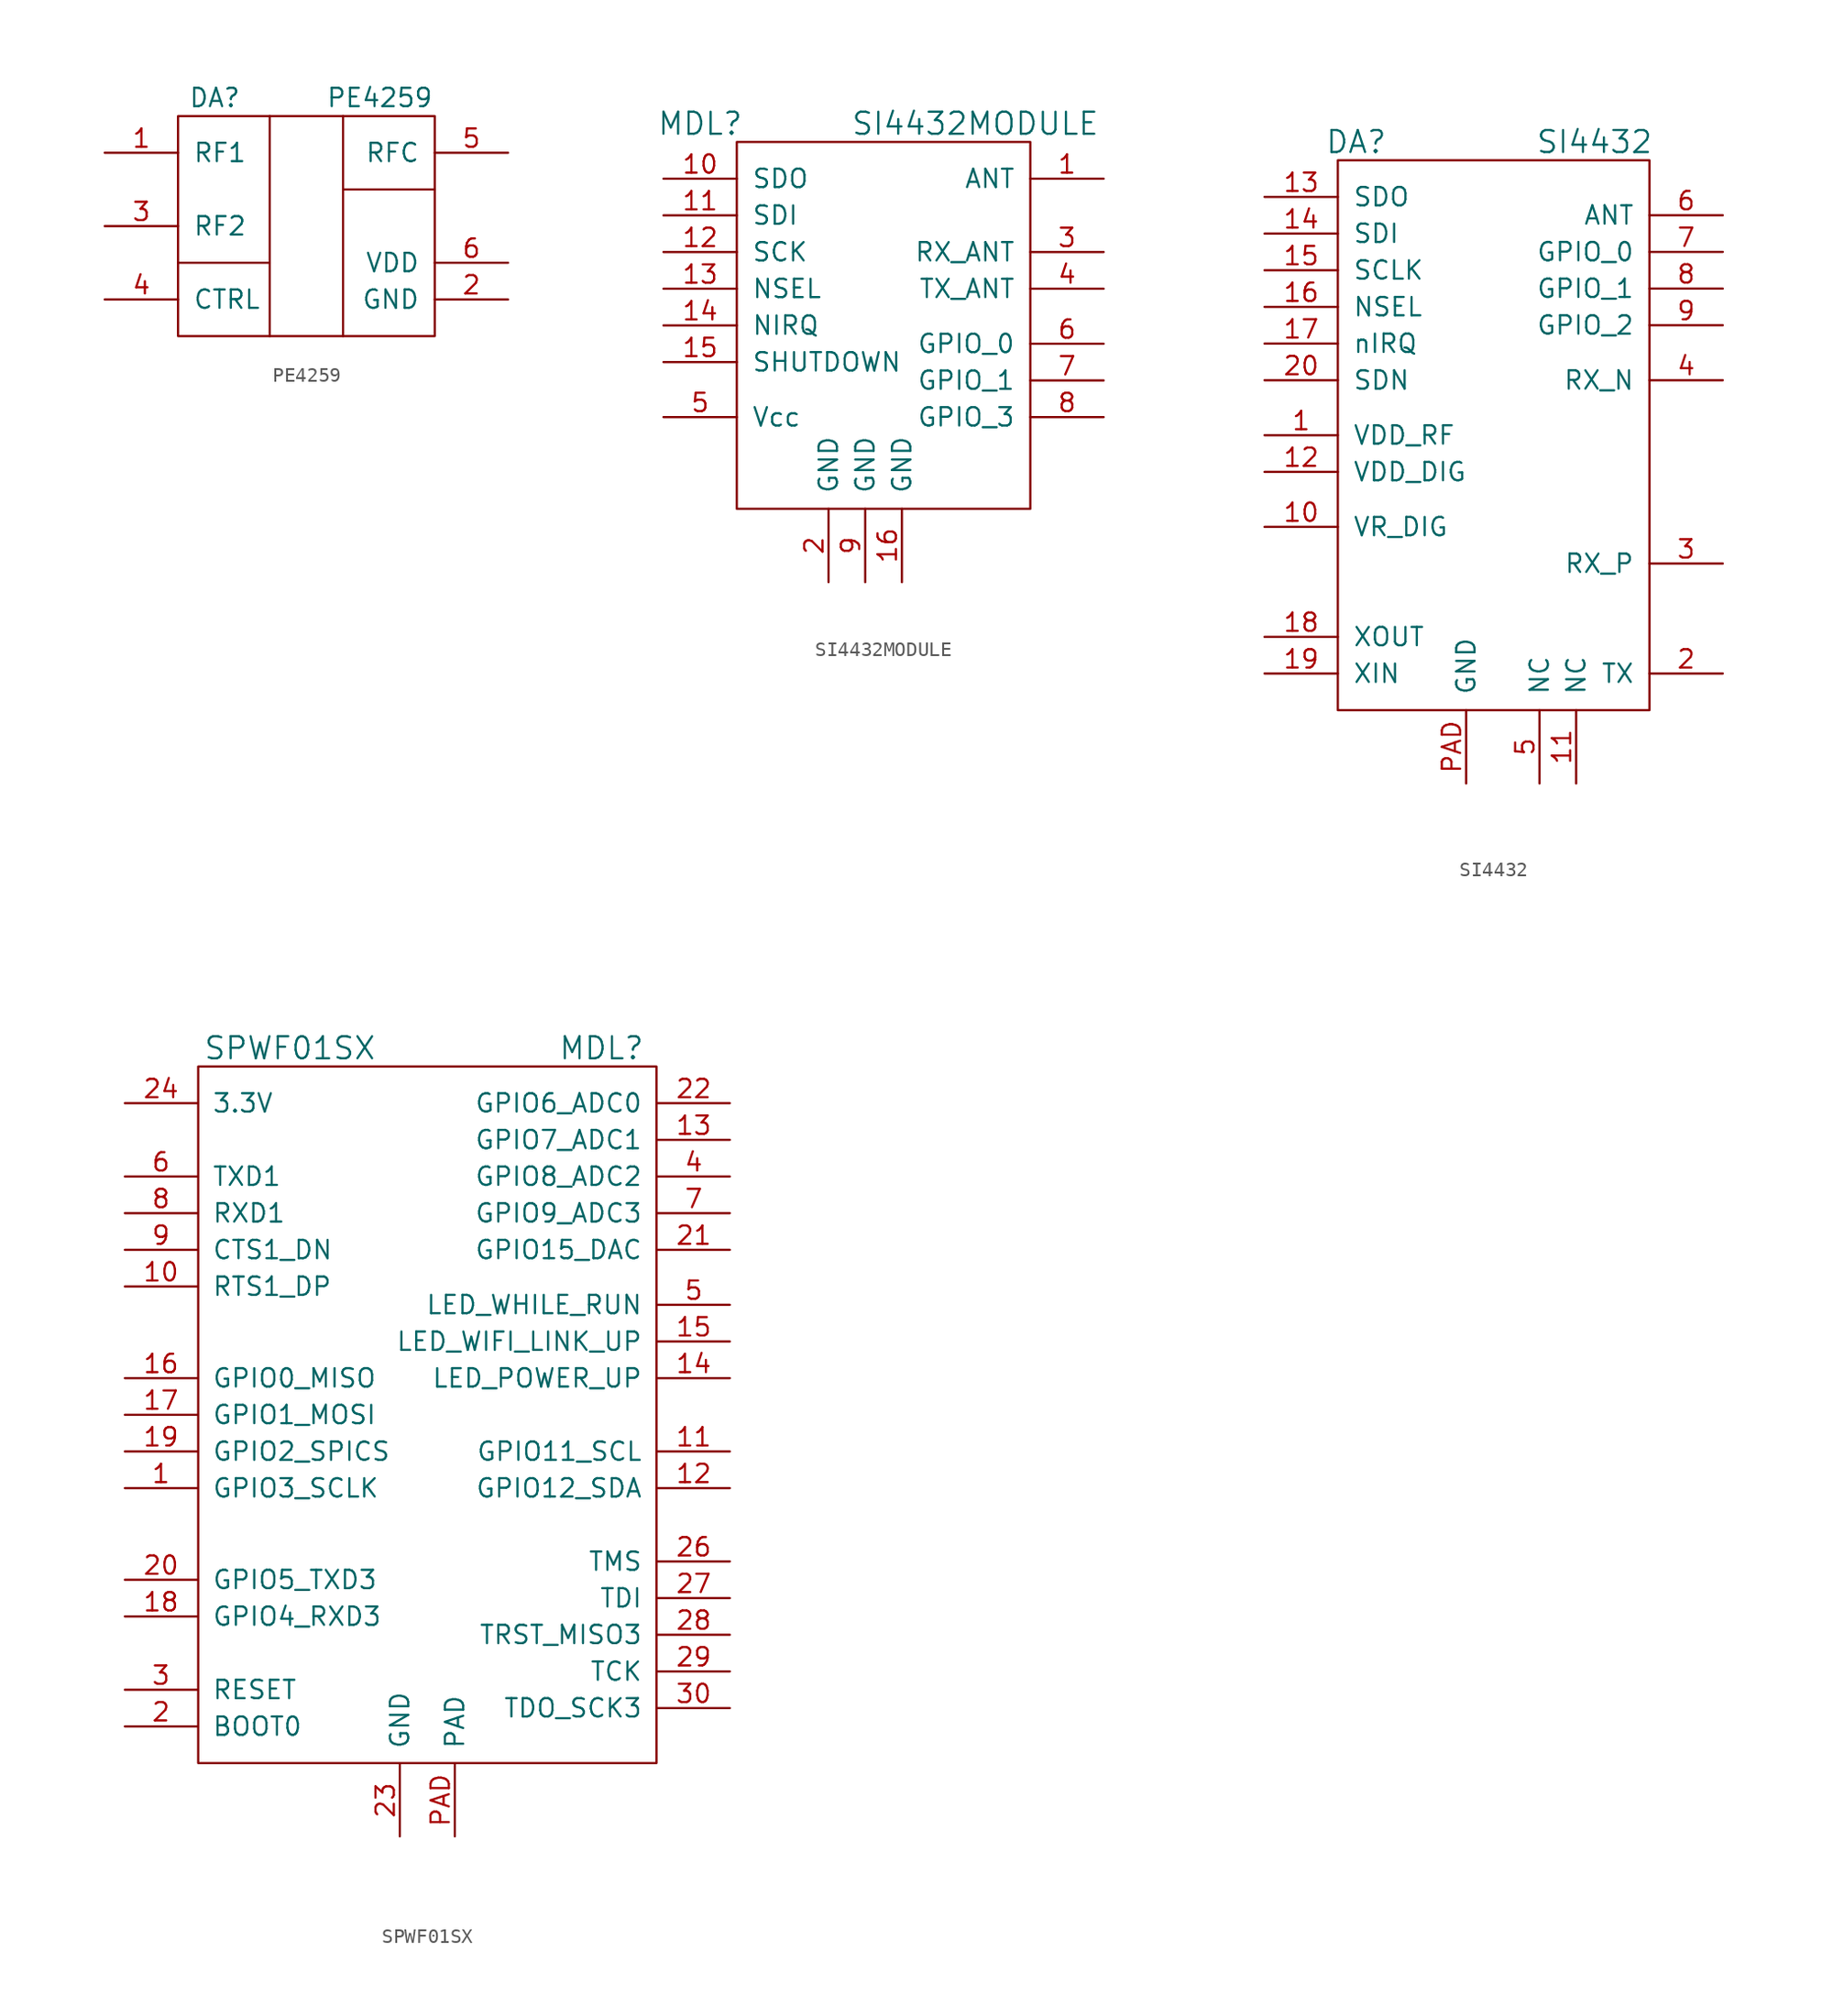
<source format=kicad_sym>
(kicad_symbol_lib
  (version 20211014)
  (generator kicad_symbol_editor)
  (symbol "PE4259"
    (pin_names
      (offset 1.016))
    (property "Reference" "DA"
      (at -6.35 11.43 0)
      (effects (font (size 1.27 1.27))))
    (property "Value" "PE4259"
      (at 5.08 11.43 0)
      (effects (font (size 1.27 1.27))))
    (symbol "PE4259_0_1"
      (rectangle (start -8.89 10.16) (end 8.89 -5.08) (stroke (width 0) (type default) (color 0 0 0 0)) (fill (type none)))
      (polyline (pts (xy -8.89 0) (xy -2.54 0)) (stroke (width 0) (type default) (color 0 0 0 0)) (fill (type none)))
      (polyline (pts (xy -2.54 -5.08) (xy -2.54 10.16)) (stroke (width 0) (type default) (color 0 0 0 0)) (fill (type none)))
      (polyline (pts (xy 2.54 -5.08) (xy 2.54 10.16)) (stroke (width 0) (type default) (color 0 0 0 0)) (fill (type none)))
      (polyline (pts (xy 2.54 5.08) (xy 8.89 5.08)) (stroke (width 0) (type default) (color 0 0 0 0)) (fill (type none)))
      (pin passive line (at -13.97 7.62 0) (length 5.08) (name "RF1" (effects (font (size 1.27 1.27)))) (number "1" (effects (font (size 1.27 1.27)))))
      (pin power_in line (at 13.97 -2.54 180) (length 5.08) (name "GND" (effects (font (size 1.27 1.27)))) (number "2" (effects (font (size 1.27 1.27)))))
      (pin passive line (at -13.97 2.54 0) (length 5.08) (name "RF2" (effects (font (size 1.27 1.27)))) (number "3" (effects (font (size 1.27 1.27)))))
      (pin passive line (at -13.97 -2.54 0) (length 5.08) (name "CTRL" (effects (font (size 1.27 1.27)))) (number "4" (effects (font (size 1.27 1.27)))))
      (pin passive line (at 13.97 7.62 180) (length 5.08) (name "RFC" (effects (font (size 1.27 1.27)))) (number "5" (effects (font (size 1.27 1.27)))))
      (pin power_in line (at 13.97 0 180) (length 5.08) (name "VDD" (effects (font (size 1.27 1.27)))) (number "6" (effects (font (size 1.27 1.27)))))))
  (symbol "SI4432MODULE"
    (pin_names
      (offset 1.016))
    (property "Reference" "MDL"
      (at -13.97 12.7 0)
      (effects (font (size 1.524 1.524))))
    (property "Value" "SI4432MODULE"
      (at 5.08 12.7 0)
      (effects (font (size 1.524 1.524))))
    (property "Footprint" ""
      (at 0 0 0)
      (effects (font (size 1.524 1.524))))
    (property "Datasheet" ""
      (at 0 0 0)
      (effects (font (size 1.524 1.524))))
    (symbol "SI4432MODULE_0_1"
      (rectangle (start -11.43 11.43) (end 8.89 -13.97) (stroke (width 0) (type default) (color 0 0 0 0)) (fill (type none))))
    (symbol "SI4432MODULE_1_1"
      (pin passive line (at 13.97 8.89 180) (length 5.08) (name "ANT" (effects (font (size 1.27 1.27)))) (number "1" (effects (font (size 1.27 1.27)))))
      (pin passive line (at -16.51 8.89 0) (length 5.08) (name "SDO" (effects (font (size 1.27 1.27)))) (number "10" (effects (font (size 1.27 1.27)))))
      (pin passive line (at -16.51 6.35 0) (length 5.08) (name "SDI" (effects (font (size 1.27 1.27)))) (number "11" (effects (font (size 1.27 1.27)))))
      (pin passive line (at -16.51 3.81 0) (length 5.08) (name "SCK" (effects (font (size 1.27 1.27)))) (number "12" (effects (font (size 1.27 1.27)))))
      (pin passive line (at -16.51 1.27 0) (length 5.08) (name "NSEL" (effects (font (size 1.27 1.27)))) (number "13" (effects (font (size 1.27 1.27)))))
      (pin passive line (at -16.51 -1.27 0) (length 5.08) (name "NIRQ" (effects (font (size 1.27 1.27)))) (number "14" (effects (font (size 1.27 1.27)))))
      (pin passive line (at -16.51 -3.81 0) (length 5.08) (name "SHUTDOWN" (effects (font (size 1.27 1.27)))) (number "15" (effects (font (size 1.27 1.27)))))
      (pin power_in line (at 0 -19.05 90) (length 5.08) (name "GND" (effects (font (size 1.27 1.27)))) (number "16" (effects (font (size 1.27 1.27)))))
      (pin power_in line (at -5.08 -19.05 90) (length 5.08) (name "GND" (effects (font (size 1.27 1.27)))) (number "2" (effects (font (size 1.27 1.27)))))
      (pin passive line (at 13.97 3.81 180) (length 5.08) (name "RX_ANT" (effects (font (size 1.27 1.27)))) (number "3" (effects (font (size 1.27 1.27)))))
      (pin passive line (at 13.97 1.27 180) (length 5.08) (name "TX_ANT" (effects (font (size 1.27 1.27)))) (number "4" (effects (font (size 1.27 1.27)))))
      (pin power_in line (at -16.51 -7.62 0) (length 5.08) (name "Vcc" (effects (font (size 1.27 1.27)))) (number "5" (effects (font (size 1.27 1.27)))))
      (pin passive line (at 13.97 -2.54 180) (length 5.08) (name "GPIO_0" (effects (font (size 1.27 1.27)))) (number "6" (effects (font (size 1.27 1.27)))))
      (pin passive line (at 13.97 -5.08 180) (length 5.08) (name "GPIO_1" (effects (font (size 1.27 1.27)))) (number "7" (effects (font (size 1.27 1.27)))))
      (pin passive line (at 13.97 -7.62 180) (length 5.08) (name "GPIO_3" (effects (font (size 1.27 1.27)))) (number "8" (effects (font (size 1.27 1.27)))))
      (pin power_in line (at -2.54 -19.05 90) (length 5.08) (name "GND" (effects (font (size 1.27 1.27)))) (number "9" (effects (font (size 1.27 1.27)))))))
  (symbol "SI4432"
    (pin_names
      (offset 1.016))
    (property "Reference" "DA"
      (at -10.16 19.05 0)
      (effects (font (size 1.524 1.524))))
    (property "Value" "SI4432"
      (at 6.35 19.05 0)
      (effects (font (size 1.524 1.524))))
    (property "Footprint" ""
      (at 0 0 0)
      (effects (font (size 1.524 1.524))))
    (property "Datasheet" ""
      (at 0 0 0)
      (effects (font (size 1.524 1.524))))
    (symbol "SI4432_0_1"
      (rectangle (start 10.16 -20.32) (end -11.43 17.78) (stroke (width 0) (type default) (color 0 0 0 0)) (fill (type none))))
    (symbol "SI4432_1_1"
      (pin power_in line (at -16.51 -1.27 0) (length 5.08) (name "VDD_RF" (effects (font (size 1.27 1.27)))) (number "1" (effects (font (size 1.27 1.27)))))
      (pin passive line (at -16.51 -7.62 0) (length 5.08) (name "VR_DIG" (effects (font (size 1.27 1.27)))) (number "10" (effects (font (size 1.27 1.27)))))
      (pin passive line (at 5.08 -25.4 90) (length 5.08) (name "NC" (effects (font (size 1.27 1.27)))) (number "11" (effects (font (size 1.27 1.27)))))
      (pin power_in line (at -16.51 -3.81 0) (length 5.08) (name "VDD_DIG" (effects (font (size 1.27 1.27)))) (number "12" (effects (font (size 1.27 1.27)))))
      (pin passive line (at -16.51 15.24 0) (length 5.08) (name "SDO" (effects (font (size 1.27 1.27)))) (number "13" (effects (font (size 1.27 1.27)))))
      (pin passive line (at -16.51 12.7 0) (length 5.08) (name "SDI" (effects (font (size 1.27 1.27)))) (number "14" (effects (font (size 1.27 1.27)))))
      (pin passive line (at -16.51 10.16 0) (length 5.08) (name "SCLK" (effects (font (size 1.27 1.27)))) (number "15" (effects (font (size 1.27 1.27)))))
      (pin passive line (at -16.51 7.62 0) (length 5.08) (name "NSEL" (effects (font (size 1.27 1.27)))) (number "16" (effects (font (size 1.27 1.27)))))
      (pin passive line (at -16.51 5.08 0) (length 5.08) (name "nIRQ" (effects (font (size 1.27 1.27)))) (number "17" (effects (font (size 1.27 1.27)))))
      (pin passive line (at -16.51 -15.24 0) (length 5.08) (name "XOUT" (effects (font (size 1.27 1.27)))) (number "18" (effects (font (size 1.27 1.27)))))
      (pin passive line (at -16.51 -17.78 0) (length 5.08) (name "XIN" (effects (font (size 1.27 1.27)))) (number "19" (effects (font (size 1.27 1.27)))))
      (pin passive line (at 15.24 -17.78 180) (length 5.08) (name "TX" (effects (font (size 1.27 1.27)))) (number "2" (effects (font (size 1.27 1.27)))))
      (pin passive line (at -16.51 2.54 0) (length 5.08) (name "SDN" (effects (font (size 1.27 1.27)))) (number "20" (effects (font (size 1.27 1.27)))))
      (pin passive line (at 15.24 -10.16 180) (length 5.08) (name "RX_P" (effects (font (size 1.27 1.27)))) (number "3" (effects (font (size 1.27 1.27)))))
      (pin passive line (at 15.24 2.54 180) (length 5.08) (name "RX_N" (effects (font (size 1.27 1.27)))) (number "4" (effects (font (size 1.27 1.27)))))
      (pin passive line (at 2.54 -25.4 90) (length 5.08) (name "NC" (effects (font (size 1.27 1.27)))) (number "5" (effects (font (size 1.27 1.27)))))
      (pin passive line (at 15.24 13.97 180) (length 5.08) (name "ANT" (effects (font (size 1.27 1.27)))) (number "6" (effects (font (size 1.27 1.27)))))
      (pin passive line (at 15.24 11.43 180) (length 5.08) (name "GPIO_0" (effects (font (size 1.27 1.27)))) (number "7" (effects (font (size 1.27 1.27)))))
      (pin passive line (at 15.24 8.89 180) (length 5.08) (name "GPIO_1" (effects (font (size 1.27 1.27)))) (number "8" (effects (font (size 1.27 1.27)))))
      (pin passive line (at 15.24 6.35 180) (length 5.08) (name "GPIO_2" (effects (font (size 1.27 1.27)))) (number "9" (effects (font (size 1.27 1.27)))))
      (pin passive line (at -2.54 -25.4 90) (length 5.08) (name "GND" (effects (font (size 1.27 1.27)))) (number "PAD" (effects (font (size 1.27 1.27)))))))
  (symbol "SPWF01SX"
    (pin_names
      (offset 1.016))
    (property "Reference" "MDL"
      (at 11.43 27.94 0)
      (effects (font (size 1.524 1.524))))
    (property "Value" "SPWF01SX"
      (at -10.16 27.94 0)
      (effects (font (size 1.524 1.524))))
    (property "Footprint" ""
      (at -1.27 10.16 0)
      (effects (font (size 1.524 1.524))))
    (property "Datasheet" ""
      (at -1.27 10.16 0)
      (effects (font (size 1.524 1.524))))
    (symbol "SPWF01SX_0_1"
      (rectangle (start -16.51 26.67) (end 15.24 -21.59) (stroke (width 0) (type default) (color 0 0 0 0)) (fill (type none))))
    (symbol "SPWF01SX_1_1"
      (pin bidirectional line (at -21.59 -2.54 0) (length 5.004) (name "GPIO3_SCLK" (effects (font (size 1.27 1.27)))) (number "1" (effects (font (size 1.27 1.27)))))
      (pin bidirectional line (at -21.59 11.43 0) (length 5.004) (name "RTS1_DP" (effects (font (size 1.27 1.27)))) (number "10" (effects (font (size 1.27 1.27)))))
      (pin bidirectional line (at 20.32 0 180) (length 5.004) (name "GPIO11_SCL" (effects (font (size 1.27 1.27)))) (number "11" (effects (font (size 1.27 1.27)))))
      (pin bidirectional line (at 20.32 -2.54 180) (length 5.004) (name "GPIO12_SDA" (effects (font (size 1.27 1.27)))) (number "12" (effects (font (size 1.27 1.27)))))
      (pin bidirectional line (at 20.32 21.59 180) (length 5.004) (name "GPIO7_ADC1" (effects (font (size 1.27 1.27)))) (number "13" (effects (font (size 1.27 1.27)))))
      (pin bidirectional line (at 20.32 5.08 180) (length 5.004) (name "LED_POWER_UP" (effects (font (size 1.27 1.27)))) (number "14" (effects (font (size 1.27 1.27)))))
      (pin bidirectional line (at 20.32 7.62 180) (length 5.004) (name "LED_WIFI_LINK_UP" (effects (font (size 1.27 1.27)))) (number "15" (effects (font (size 1.27 1.27)))))
      (pin bidirectional line (at -21.59 5.08 0) (length 5.004) (name "GPIO0_MISO" (effects (font (size 1.27 1.27)))) (number "16" (effects (font (size 1.27 1.27)))))
      (pin bidirectional line (at -21.59 2.54 0) (length 5.004) (name "GPIO1_MOSI" (effects (font (size 1.27 1.27)))) (number "17" (effects (font (size 1.27 1.27)))))
      (pin bidirectional line (at -21.59 -11.43 0) (length 5.004) (name "GPIO4_RXD3" (effects (font (size 1.27 1.27)))) (number "18" (effects (font (size 1.27 1.27)))))
      (pin bidirectional line (at -21.59 0 0) (length 5.004) (name "GPIO2_SPICS" (effects (font (size 1.27 1.27)))) (number "19" (effects (font (size 1.27 1.27)))))
      (pin bidirectional line (at -21.59 -19.05 0) (length 5.004) (name "BOOT0" (effects (font (size 1.27 1.27)))) (number "2" (effects (font (size 1.27 1.27)))))
      (pin bidirectional line (at -21.59 -8.89 0) (length 5.004) (name "GPIO5_TXD3" (effects (font (size 1.27 1.27)))) (number "20" (effects (font (size 1.27 1.27)))))
      (pin bidirectional line (at 20.32 13.97 180) (length 5.004) (name "GPIO15_DAC" (effects (font (size 1.27 1.27)))) (number "21" (effects (font (size 1.27 1.27)))))
      (pin bidirectional line (at 20.32 24.13 180) (length 5.004) (name "GPIO6_ADC0" (effects (font (size 1.27 1.27)))) (number "22" (effects (font (size 1.27 1.27)))))
      (pin power_in line (at -2.54 -26.67 90) (length 5.004) (name "GND" (effects (font (size 1.27 1.27)))) (number "23" (effects (font (size 1.27 1.27)))))
      (pin power_in line (at -21.59 24.13 0) (length 5.004) (name "3.3V" (effects (font (size 1.27 1.27)))) (number "24" (effects (font (size 1.27 1.27)))))
      (pin bidirectional line (at 20.32 -7.62 180) (length 5.004) (name "TMS" (effects (font (size 1.27 1.27)))) (number "26" (effects (font (size 1.27 1.27)))))
      (pin bidirectional line (at 20.32 -10.16 180) (length 5.004) (name "TDI" (effects (font (size 1.27 1.27)))) (number "27" (effects (font (size 1.27 1.27)))))
      (pin bidirectional line (at 20.32 -12.7 180) (length 5.004) (name "TRST_MISO3" (effects (font (size 1.27 1.27)))) (number "28" (effects (font (size 1.27 1.27)))))
      (pin bidirectional line (at 20.32 -15.24 180) (length 5.004) (name "TCK" (effects (font (size 1.27 1.27)))) (number "29" (effects (font (size 1.27 1.27)))))
      (pin bidirectional line (at -21.59 -16.51 0) (length 5.004) (name "RESET" (effects (font (size 1.27 1.27)))) (number "3" (effects (font (size 1.27 1.27)))))
      (pin bidirectional line (at 20.32 -17.78 180) (length 5.004) (name "TDO_SCK3" (effects (font (size 1.27 1.27)))) (number "30" (effects (font (size 1.27 1.27)))))
      (pin bidirectional line (at 20.32 19.05 180) (length 5.004) (name "GPIO8_ADC2" (effects (font (size 1.27 1.27)))) (number "4" (effects (font (size 1.27 1.27)))))
      (pin bidirectional line (at 20.32 10.16 180) (length 5.004) (name "LED_WHILE_RUN" (effects (font (size 1.27 1.27)))) (number "5" (effects (font (size 1.27 1.27)))))
      (pin bidirectional line (at -21.59 19.05 0) (length 5.004) (name "TXD1" (effects (font (size 1.27 1.27)))) (number "6" (effects (font (size 1.27 1.27)))))
      (pin bidirectional line (at 20.32 16.51 180) (length 5.004) (name "GPIO9_ADC3" (effects (font (size 1.27 1.27)))) (number "7" (effects (font (size 1.27 1.27)))))
      (pin bidirectional line (at -21.59 16.51 0) (length 5.004) (name "RXD1" (effects (font (size 1.27 1.27)))) (number "8" (effects (font (size 1.27 1.27)))))
      (pin bidirectional line (at -21.59 13.97 0) (length 5.004) (name "CTS1_DN" (effects (font (size 1.27 1.27)))) (number "9" (effects (font (size 1.27 1.27)))))
      (pin power_in line (at 1.27 -26.67 90) (length 5.004) (name "PAD" (effects (font (size 1.27 1.27)))) (number "PAD" (effects (font (size 1.27 1.27))))))))
</source>
